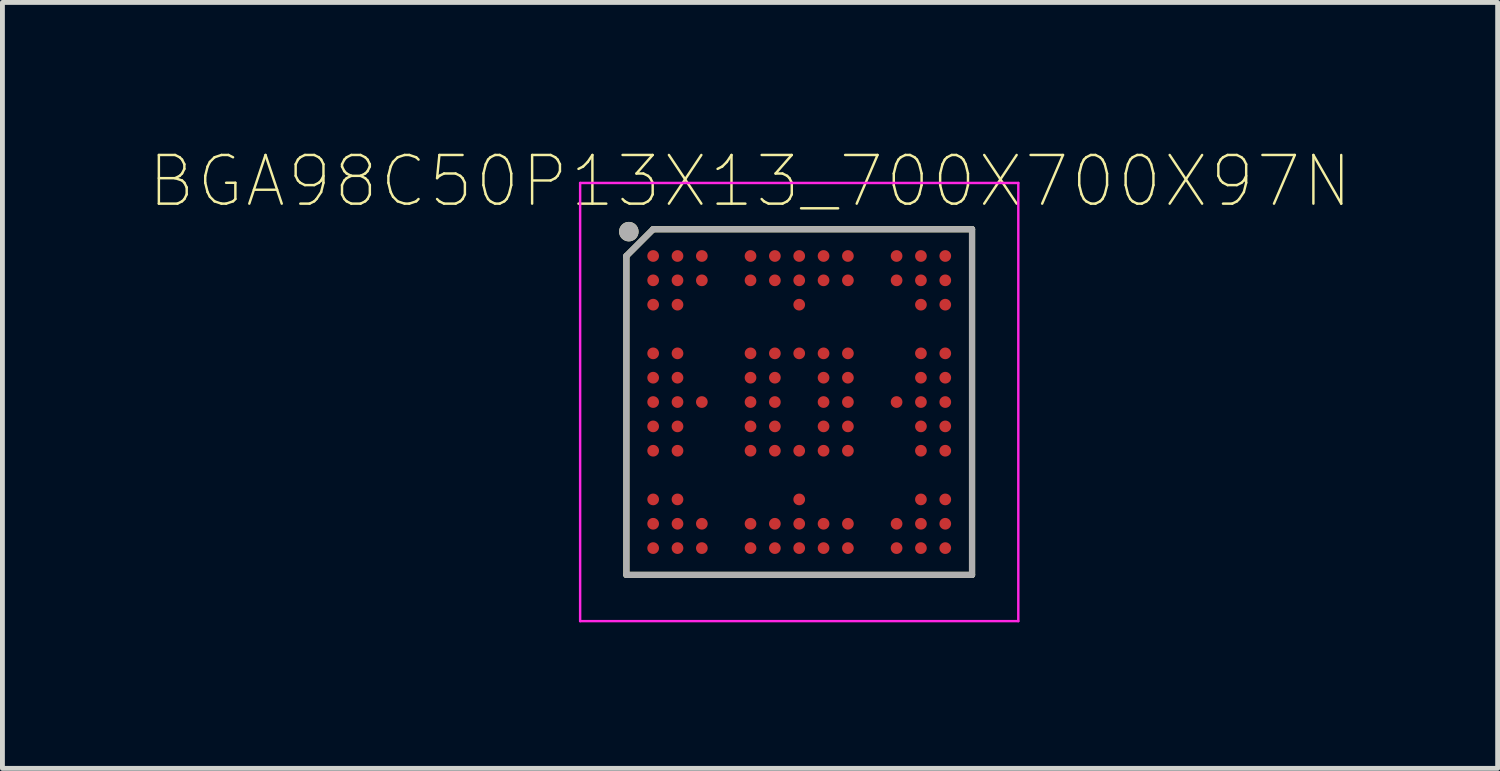
<source format=kicad_pcb>
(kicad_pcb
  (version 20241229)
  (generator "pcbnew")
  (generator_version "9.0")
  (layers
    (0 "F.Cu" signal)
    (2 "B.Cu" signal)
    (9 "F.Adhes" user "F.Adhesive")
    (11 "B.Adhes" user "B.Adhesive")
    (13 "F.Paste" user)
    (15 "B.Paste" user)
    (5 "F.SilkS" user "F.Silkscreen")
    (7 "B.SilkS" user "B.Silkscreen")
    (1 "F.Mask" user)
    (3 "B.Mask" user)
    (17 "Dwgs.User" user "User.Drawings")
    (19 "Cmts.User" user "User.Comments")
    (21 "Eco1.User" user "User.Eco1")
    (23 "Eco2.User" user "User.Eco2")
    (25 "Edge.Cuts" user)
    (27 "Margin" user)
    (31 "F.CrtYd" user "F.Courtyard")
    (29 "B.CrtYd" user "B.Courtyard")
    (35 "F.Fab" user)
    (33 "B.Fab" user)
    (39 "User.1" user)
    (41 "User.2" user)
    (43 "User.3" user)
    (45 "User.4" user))
  (footprint "BGA98C50P13X13_700X700X97N"
    (layer "F.Cu")
    (at 13.366 5.208)
    (property "Reference" "BGA98C50P13X13_700X700X97N" (at -1.01 -4.535 0) (layer "F.SilkS") (effects (font (size 1 1) (thickness 0.05))))
    (attr smd)
    (fp_line (start -3.55 3.55) (end -3.55 -3) (stroke (width 0.127) (type solid)) (layer "F.SilkS"))
    (fp_line (start -3 -3.55) (end -3.55 -3) (stroke (width 0.127) (type solid)) (layer "F.SilkS"))
    (fp_line (start -3 -3.55) (end 3.55 -3.55) (stroke (width 0.127) (type solid)) (layer "F.SilkS"))
    (fp_line (start 3.55 -3.55) (end 3.55 3.55) (stroke (width 0.127) (type solid)) (layer "F.SilkS"))
    (fp_line (start 3.55 3.55) (end -3.55 3.55) (stroke (width 0.127) (type solid)) (layer "F.SilkS"))
    (fp_circle (center -3.5 -3.5) (end -3.4 -3.5) (stroke (width 0.2) (type solid)) (fill no) (layer "F.SilkS"))
    (fp_line (start -4.5 -4.5) (end 4.5 -4.5) (stroke (width 0.05) (type solid)) (layer "F.CrtYd"))
    (fp_line (start -4.5 4.5) (end -4.5 -4.5) (stroke (width 0.05) (type solid)) (layer "F.CrtYd"))
    (fp_line (start 4.5 -4.5) (end 4.5 4.5) (stroke (width 0.05) (type solid)) (layer "F.CrtYd"))
    (fp_line (start 4.5 4.5) (end -4.5 4.5) (stroke (width 0.05) (type solid)) (layer "F.CrtYd"))
    (fp_line (start -3.55 3.55) (end -3.55 -3) (stroke (width 0.127) (type solid)) (layer "F.Fab"))
    (fp_line (start -3 -3.55) (end -3.55 -3) (stroke (width 0.127) (type solid)) (layer "F.Fab"))
    (fp_line (start -3 -3.55) (end 3.55 -3.55) (stroke (width 0.127) (type solid)) (layer "F.Fab"))
    (fp_line (start 3.55 -3.55) (end 3.55 3.55) (stroke (width 0.127) (type solid)) (layer "F.Fab"))
    (fp_line (start 3.55 3.55) (end -3.55 3.55) (stroke (width 0.127) (type solid)) (layer "F.Fab"))
    (fp_circle (center -3.5 -3.5) (end -3.4 -3.5) (stroke (width 0.2) (type solid)) (fill no) (layer "F.Fab"))
    (pad "A1" smd circle (at -3 -3) (size 0.24 0.24) (layers "F.Cu" "F.Mask" "F.Paste"))
    (pad "A2" smd circle (at -2.5 -3) (size 0.24 0.24) (layers "F.Cu" "F.Mask" "F.Paste"))
    (pad "A3" smd circle (at -2 -3) (size 0.24 0.24) (layers "F.Cu" "F.Mask" "F.Paste"))
    (pad "A5" smd circle (at -1 -3) (size 0.24 0.24) (layers "F.Cu" "F.Mask" "F.Paste"))
    (pad "A6" smd circle (at -0.5 -3) (size 0.24 0.24) (layers "F.Cu" "F.Mask" "F.Paste"))
    (pad "A7" smd circle (at 0 -3) (size 0.24 0.24) (layers "F.Cu" "F.Mask" "F.Paste"))
    (pad "A8" smd circle (at 0.5 -3) (size 0.24 0.24) (layers "F.Cu" "F.Mask" "F.Paste"))
    (pad "A9" smd circle (at 1 -3) (size 0.24 0.24) (layers "F.Cu" "F.Mask" "F.Paste"))
    (pad "A11" smd circle (at 2 -3) (size 0.24 0.24) (layers "F.Cu" "F.Mask" "F.Paste"))
    (pad "A12" smd circle (at 2.5 -3) (size 0.24 0.24) (layers "F.Cu" "F.Mask" "F.Paste"))
    (pad "A13" smd circle (at 3 -3) (size 0.24 0.24) (layers "F.Cu" "F.Mask" "F.Paste"))
    (pad "B1" smd circle (at -3 -2.5) (size 0.24 0.24) (layers "F.Cu" "F.Mask" "F.Paste"))
    (pad "B2" smd circle (at -2.5 -2.5) (size 0.24 0.24) (layers "F.Cu" "F.Mask" "F.Paste"))
    (pad "B3" smd circle (at -2 -2.5) (size 0.24 0.24) (layers "F.Cu" "F.Mask" "F.Paste"))
    (pad "B5" smd circle (at -1 -2.5) (size 0.24 0.24) (layers "F.Cu" "F.Mask" "F.Paste"))
    (pad "B6" smd circle (at -0.5 -2.5) (size 0.24 0.24) (layers "F.Cu" "F.Mask" "F.Paste"))
    (pad "B7" smd circle (at 0 -2.5) (size 0.24 0.24) (layers "F.Cu" "F.Mask" "F.Paste"))
    (pad "B8" smd circle (at 0.5 -2.5) (size 0.24 0.24) (layers "F.Cu" "F.Mask" "F.Paste"))
    (pad "B9" smd circle (at 1 -2.5) (size 0.24 0.24) (layers "F.Cu" "F.Mask" "F.Paste"))
    (pad "B11" smd circle (at 2 -2.5) (size 0.24 0.24) (layers "F.Cu" "F.Mask" "F.Paste"))
    (pad "B12" smd circle (at 2.5 -2.5) (size 0.24 0.24) (layers "F.Cu" "F.Mask" "F.Paste"))
    (pad "B13" smd circle (at 3 -2.5) (size 0.24 0.24) (layers "F.Cu" "F.Mask" "F.Paste"))
    (pad "C1" smd circle (at -3 -2) (size 0.24 0.24) (layers "F.Cu" "F.Mask" "F.Paste"))
    (pad "C2" smd circle (at -2.5 -2) (size 0.24 0.24) (layers "F.Cu" "F.Mask" "F.Paste"))
    (pad "C7" smd circle (at 0 -2) (size 0.24 0.24) (layers "F.Cu" "F.Mask" "F.Paste"))
    (pad "C12" smd circle (at 2.5 -2) (size 0.24 0.24) (layers "F.Cu" "F.Mask" "F.Paste"))
    (pad "C13" smd circle (at 3 -2) (size 0.24 0.24) (layers "F.Cu" "F.Mask" "F.Paste"))
    (pad "E1" smd circle (at -3 -1) (size 0.24 0.24) (layers "F.Cu" "F.Mask" "F.Paste"))
    (pad "E2" smd circle (at -2.5 -1) (size 0.24 0.24) (layers "F.Cu" "F.Mask" "F.Paste"))
    (pad "E5" smd circle (at -1 -1) (size 0.24 0.24) (layers "F.Cu" "F.Mask" "F.Paste"))
    (pad "E6" smd circle (at -0.5 -1) (size 0.24 0.24) (layers "F.Cu" "F.Mask" "F.Paste"))
    (pad "E7" smd circle (at 0 -1) (size 0.24 0.24) (layers "F.Cu" "F.Mask" "F.Paste"))
    (pad "E8" smd circle (at 0.5 -1) (size 0.24 0.24) (layers "F.Cu" "F.Mask" "F.Paste"))
    (pad "E9" smd circle (at 1 -1) (size 0.24 0.24) (layers "F.Cu" "F.Mask" "F.Paste"))
    (pad "E12" smd circle (at 2.5 -1) (size 0.24 0.24) (layers "F.Cu" "F.Mask" "F.Paste"))
    (pad "E13" smd circle (at 3 -1) (size 0.24 0.24) (layers "F.Cu" "F.Mask" "F.Paste"))
    (pad "F1" smd circle (at -3 -0.5) (size 0.24 0.24) (layers "F.Cu" "F.Mask" "F.Paste"))
    (pad "F2" smd circle (at -2.5 -0.5) (size 0.24 0.24) (layers "F.Cu" "F.Mask" "F.Paste"))
    (pad "F5" smd circle (at -1 -0.5) (size 0.24 0.24) (layers "F.Cu" "F.Mask" "F.Paste"))
    (pad "F6" smd circle (at -0.5 -0.5) (size 0.24 0.24) (layers "F.Cu" "F.Mask" "F.Paste"))
    (pad "F8" smd circle (at 0.5 -0.5) (size 0.24 0.24) (layers "F.Cu" "F.Mask" "F.Paste"))
    (pad "F9" smd circle (at 1 -0.5) (size 0.24 0.24) (layers "F.Cu" "F.Mask" "F.Paste"))
    (pad "F12" smd circle (at 2.5 -0.5) (size 0.24 0.24) (layers "F.Cu" "F.Mask" "F.Paste"))
    (pad "F13" smd circle (at 3 -0.5) (size 0.24 0.24) (layers "F.Cu" "F.Mask" "F.Paste"))
    (pad "G1" smd circle (at -3 0) (size 0.24 0.24) (layers "F.Cu" "F.Mask" "F.Paste"))
    (pad "G2" smd circle (at -2.5 0) (size 0.24 0.24) (layers "F.Cu" "F.Mask" "F.Paste"))
    (pad "G3" smd circle (at -2 0) (size 0.24 0.24) (layers "F.Cu" "F.Mask" "F.Paste"))
    (pad "G5" smd circle (at -1 0) (size 0.24 0.24) (layers "F.Cu" "F.Mask" "F.Paste"))
    (pad "G6" smd circle (at -0.5 0) (size 0.24 0.24) (layers "F.Cu" "F.Mask" "F.Paste"))
    (pad "G8" smd circle (at 0.5 0) (size 0.24 0.24) (layers "F.Cu" "F.Mask" "F.Paste"))
    (pad "G9" smd circle (at 1 0) (size 0.24 0.24) (layers "F.Cu" "F.Mask" "F.Paste"))
    (pad "G11" smd circle (at 2 0) (size 0.24 0.24) (layers "F.Cu" "F.Mask" "F.Paste"))
    (pad "G12" smd circle (at 2.5 0) (size 0.24 0.24) (layers "F.Cu" "F.Mask" "F.Paste"))
    (pad "G13" smd circle (at 3 0) (size 0.24 0.24) (layers "F.Cu" "F.Mask" "F.Paste"))
    (pad "H1" smd circle (at -3 0.5) (size 0.24 0.24) (layers "F.Cu" "F.Mask" "F.Paste"))
    (pad "H2" smd circle (at -2.5 0.5) (size 0.24 0.24) (layers "F.Cu" "F.Mask" "F.Paste"))
    (pad "H5" smd circle (at -1 0.5) (size 0.24 0.24) (layers "F.Cu" "F.Mask" "F.Paste"))
    (pad "H6" smd circle (at -0.5 0.5) (size 0.24 0.24) (layers "F.Cu" "F.Mask" "F.Paste"))
    (pad "H8" smd circle (at 0.5 0.5) (size 0.24 0.24) (layers "F.Cu" "F.Mask" "F.Paste"))
    (pad "H9" smd circle (at 1 0.5) (size 0.24 0.24) (layers "F.Cu" "F.Mask" "F.Paste"))
    (pad "H12" smd circle (at 2.5 0.5) (size 0.24 0.24) (layers "F.Cu" "F.Mask" "F.Paste"))
    (pad "H13" smd circle (at 3 0.5) (size 0.24 0.24) (layers "F.Cu" "F.Mask" "F.Paste"))
    (pad "J1" smd circle (at -3 1) (size 0.24 0.24) (layers "F.Cu" "F.Mask" "F.Paste"))
    (pad "J2" smd circle (at -2.5 1) (size 0.24 0.24) (layers "F.Cu" "F.Mask" "F.Paste"))
    (pad "J5" smd circle (at -1 1) (size 0.24 0.24) (layers "F.Cu" "F.Mask" "F.Paste"))
    (pad "J6" smd circle (at -0.5 1) (size 0.24 0.24) (layers "F.Cu" "F.Mask" "F.Paste"))
    (pad "J7" smd circle (at 0 1) (size 0.24 0.24) (layers "F.Cu" "F.Mask" "F.Paste"))
    (pad "J8" smd circle (at 0.5 1) (size 0.24 0.24) (layers "F.Cu" "F.Mask" "F.Paste"))
    (pad "J9" smd circle (at 1 1) (size 0.24 0.24) (layers "F.Cu" "F.Mask" "F.Paste"))
    (pad "J12" smd circle (at 2.5 1) (size 0.24 0.24) (layers "F.Cu" "F.Mask" "F.Paste"))
    (pad "J13" smd circle (at 3 1) (size 0.24 0.24) (layers "F.Cu" "F.Mask" "F.Paste"))
    (pad "L1" smd circle (at -3 2) (size 0.24 0.24) (layers "F.Cu" "F.Mask" "F.Paste"))
    (pad "L2" smd circle (at -2.5 2) (size 0.24 0.24) (layers "F.Cu" "F.Mask" "F.Paste"))
    (pad "L7" smd circle (at 0 2) (size 0.24 0.24) (layers "F.Cu" "F.Mask" "F.Paste"))
    (pad "L12" smd circle (at 2.5 2) (size 0.24 0.24) (layers "F.Cu" "F.Mask" "F.Paste"))
    (pad "L13" smd circle (at 3 2) (size 0.24 0.24) (layers "F.Cu" "F.Mask" "F.Paste"))
    (pad "M1" smd circle (at -3 2.5) (size 0.24 0.24) (layers "F.Cu" "F.Mask" "F.Paste"))
    (pad "M2" smd circle (at -2.5 2.5) (size 0.24 0.24) (layers "F.Cu" "F.Mask" "F.Paste"))
    (pad "M3" smd circle (at -2 2.5) (size 0.24 0.24) (layers "F.Cu" "F.Mask" "F.Paste"))
    (pad "M5" smd circle (at -1 2.5) (size 0.24 0.24) (layers "F.Cu" "F.Mask" "F.Paste"))
    (pad "M6" smd circle (at -0.5 2.5) (size 0.24 0.24) (layers "F.Cu" "F.Mask" "F.Paste"))
    (pad "M7" smd circle (at 0 2.5) (size 0.24 0.24) (layers "F.Cu" "F.Mask" "F.Paste"))
    (pad "M8" smd circle (at 0.5 2.5) (size 0.24 0.24) (layers "F.Cu" "F.Mask" "F.Paste"))
    (pad "M9" smd circle (at 1 2.5) (size 0.24 0.24) (layers "F.Cu" "F.Mask" "F.Paste"))
    (pad "M11" smd circle (at 2 2.5) (size 0.24 0.24) (layers "F.Cu" "F.Mask" "F.Paste"))
    (pad "M12" smd circle (at 2.5 2.5) (size 0.24 0.24) (layers "F.Cu" "F.Mask" "F.Paste"))
    (pad "M13" smd circle (at 3 2.5) (size 0.24 0.24) (layers "F.Cu" "F.Mask" "F.Paste"))
    (pad "N1" smd circle (at -3 3) (size 0.24 0.24) (layers "F.Cu" "F.Mask" "F.Paste"))
    (pad "N2" smd circle (at -2.5 3) (size 0.24 0.24) (layers "F.Cu" "F.Mask" "F.Paste"))
    (pad "N3" smd circle (at -2 3) (size 0.24 0.24) (layers "F.Cu" "F.Mask" "F.Paste"))
    (pad "N5" smd circle (at -1 3) (size 0.24 0.24) (layers "F.Cu" "F.Mask" "F.Paste"))
    (pad "N6" smd circle (at -0.5 3) (size 0.24 0.24) (layers "F.Cu" "F.Mask" "F.Paste"))
    (pad "N7" smd circle (at 0 3) (size 0.24 0.24) (layers "F.Cu" "F.Mask" "F.Paste"))
    (pad "N8" smd circle (at 0.5 3) (size 0.24 0.24) (layers "F.Cu" "F.Mask" "F.Paste"))
    (pad "N9" smd circle (at 1 3) (size 0.24 0.24) (layers "F.Cu" "F.Mask" "F.Paste"))
    (pad "N11" smd circle (at 2 3) (size 0.24 0.24) (layers "F.Cu" "F.Mask" "F.Paste"))
    (pad "N12" smd circle (at 2.5 3) (size 0.24 0.24) (layers "F.Cu" "F.Mask" "F.Paste"))
    (pad "N13" smd circle (at 3 3) (size 0.24 0.24) (layers "F.Cu" "F.Mask" "F.Paste")))
  (gr_rect
    (start -3 -3)
    (end 27.712 12.733)
    (stroke (width 0.1) (type default))
    (fill no)
    (layer "Edge.Cuts")))
</source>
